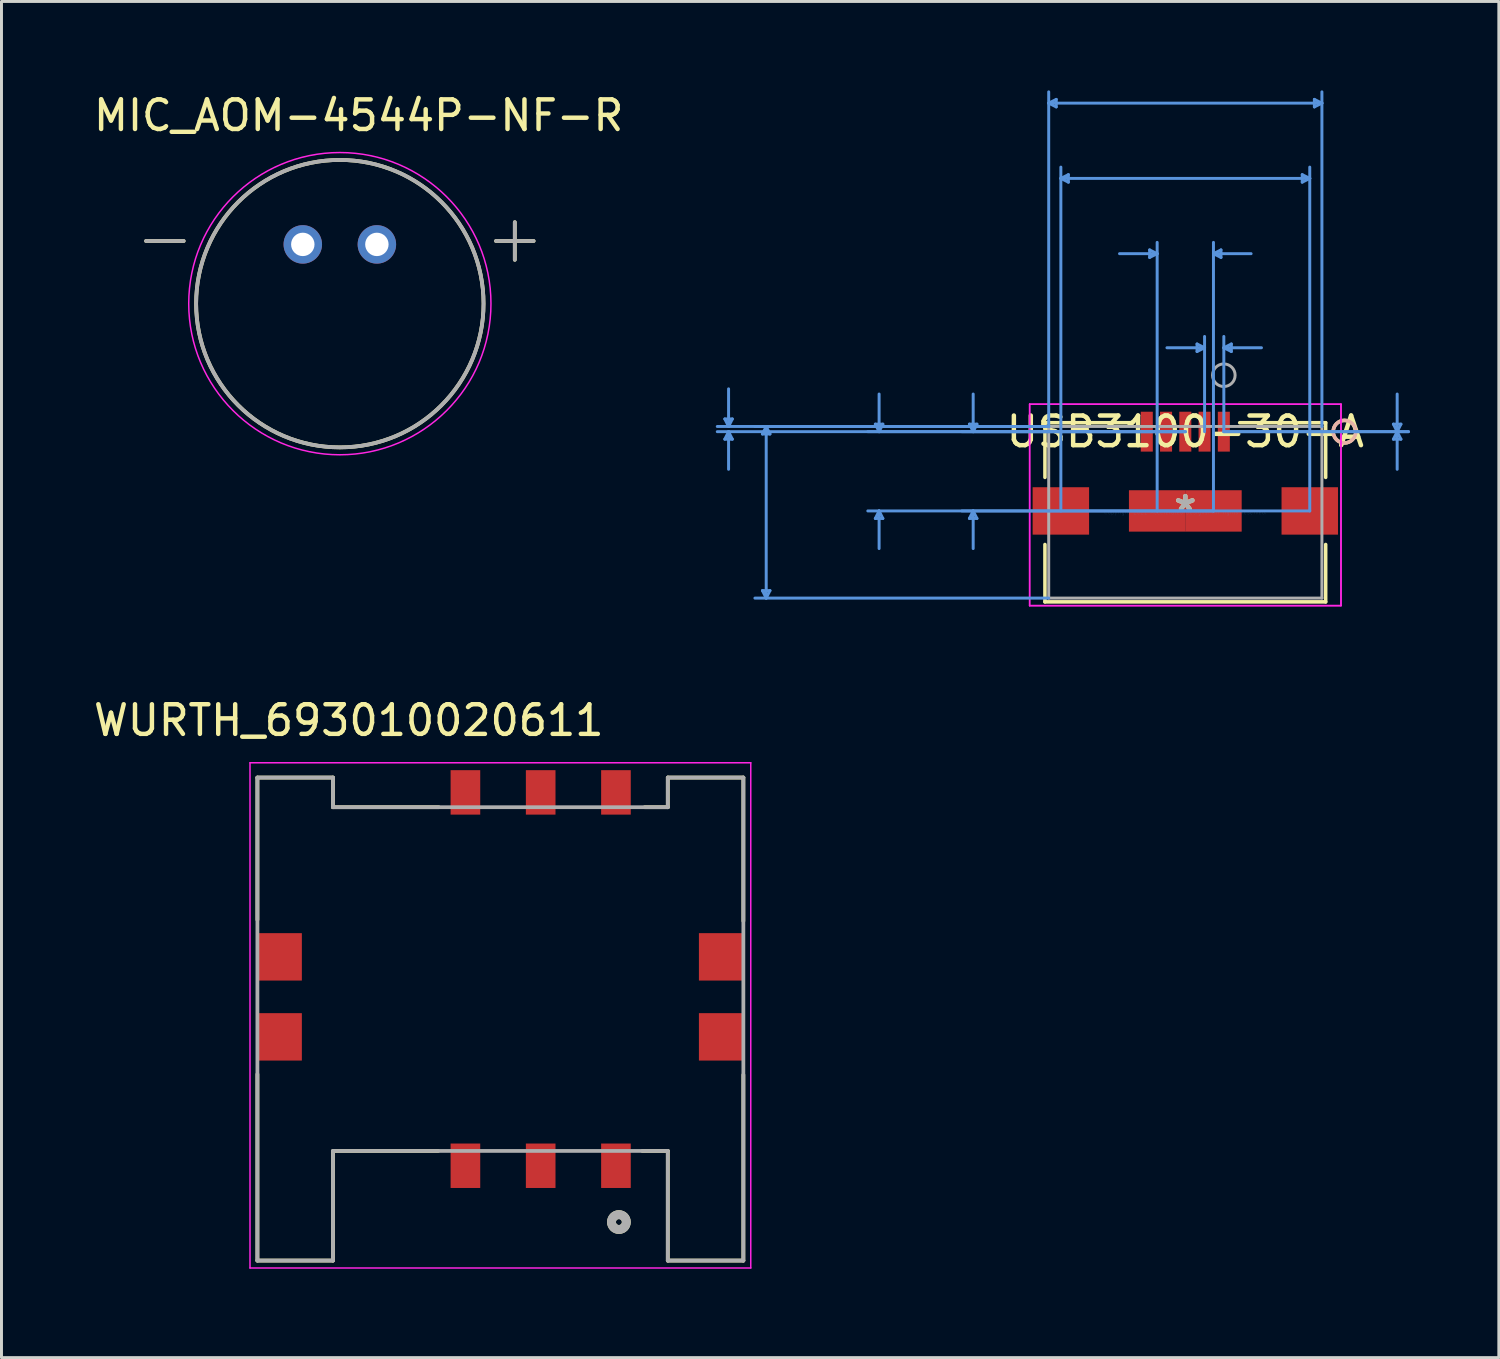
<source format=kicad_pcb>
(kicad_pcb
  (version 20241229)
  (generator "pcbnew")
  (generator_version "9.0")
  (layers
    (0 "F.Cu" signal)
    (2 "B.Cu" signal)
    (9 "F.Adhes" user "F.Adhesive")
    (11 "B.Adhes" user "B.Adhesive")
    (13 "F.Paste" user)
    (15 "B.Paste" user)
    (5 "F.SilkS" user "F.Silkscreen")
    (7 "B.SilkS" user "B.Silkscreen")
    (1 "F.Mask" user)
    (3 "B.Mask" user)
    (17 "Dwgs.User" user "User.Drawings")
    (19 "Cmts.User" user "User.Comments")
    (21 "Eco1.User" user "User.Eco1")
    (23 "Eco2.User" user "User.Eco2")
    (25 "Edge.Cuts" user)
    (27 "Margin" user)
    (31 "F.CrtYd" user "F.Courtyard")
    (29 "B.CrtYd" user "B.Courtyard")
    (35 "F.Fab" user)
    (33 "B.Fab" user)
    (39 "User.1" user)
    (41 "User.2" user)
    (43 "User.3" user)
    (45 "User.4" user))
  (footprint "MIC_AOM-4544P-NF-R"
    (layer "F.Cu")
    (at 8.419 7.198)
    (property "Reference" "MIC_AOM-4544P-NF-R" (at 0.635 -6.35 0) (layer "F.SilkS") (effects (font (size 1 1) (thickness 0.15))))
    (attr through_hole)
    (fp_line (start -6.54 -2.115) (end -5.27 -2.115) (stroke (width 0.127) (type solid)) (layer "F.SilkS"))
    (fp_line (start 5.27 -2.115) (end 6.54 -2.115) (stroke (width 0.127) (type solid)) (layer "F.SilkS"))
    (fp_line (start 5.905 -2.75) (end 5.905 -1.48) (stroke (width 0.127) (type solid)) (layer "F.SilkS"))
    (fp_circle (center 0 0) (end 4.85 0) (stroke (width 0.127) (type solid)) (fill no) (layer "F.SilkS"))
    (fp_circle (center 0 0) (end 5.1 0) (stroke (width 0.05) (type solid)) (fill no) (layer "F.CrtYd"))
    (fp_line (start -6.54 -2.115) (end -5.27 -2.115) (stroke (width 0.127) (type solid)) (layer "F.Fab"))
    (fp_line (start 5.27 -2.115) (end 6.54 -2.115) (stroke (width 0.127) (type solid)) (layer "F.Fab"))
    (fp_line (start 5.905 -2.75) (end 5.905 -1.48) (stroke (width 0.127) (type solid)) (layer "F.Fab"))
    (fp_circle (center 0 0) (end 4.85 0) (stroke (width 0.127) (type solid)) (fill no) (layer "F.Fab"))
    (pad "N" thru_hole circle (at -1.25 -2) (size 1.298 1.298) (drill 0.79) (layers "*.Cu" "*.Mask"))
    (pad "P" thru_hole circle (at 1.25 -2) (size 1.298 1.298) (drill 0.79) (layers "*.Cu" "*.Mask")))
  (footprint "USB3100-30-A"
    (layer "F.Cu")
    (at 36.952 14.239)
    (property "Reference" "USB3100-30-A" (at 0 -2.721 0) (layer "F.SilkS") (effects (font (size 1 1) (thickness 0.15))))
    (attr through_hole)
    (fp_line (start -4.737 -3.023) (end -4.737 -1.178) (stroke (width 0.12) (type solid)) (layer "F.SilkS"))
    (fp_line (start -4.737 1.087) (end -4.737 3.023) (stroke (width 0.12) (type solid)) (layer "F.SilkS"))
    (fp_line (start -4.737 3.023) (end 4.737 3.023) (stroke (width 0.12) (type solid)) (layer "F.SilkS"))
    (fp_line (start -1.836 -3.023) (end -4.737 -3.023) (stroke (width 0.12) (type solid)) (layer "F.SilkS"))
    (fp_line (start 4.737 -3.023) (end 1.836 -3.023) (stroke (width 0.12) (type solid)) (layer "F.SilkS"))
    (fp_line (start 4.737 -1.178) (end 4.737 -3.023) (stroke (width 0.12) (type solid)) (layer "F.SilkS"))
    (fp_line (start 4.737 3.023) (end 4.737 1.087) (stroke (width 0.12) (type solid)) (layer "F.SilkS"))
    (fp_circle (center 5.372 -2.721) (end 5.753 -2.721) (stroke (width 0.12) (type solid)) (fill no) (layer "F.SilkS"))
    (fp_circle (center 5.372 -2.721) (end 5.753 -2.721) (stroke (width 0.12) (type solid)) (fill no) (layer "B.SilkS"))
    (fp_line (start -15.541 -3.15) (end -15.287 -3.15) (stroke (width 0.1) (type solid)) (layer "Cmts.User"))
    (fp_line (start -15.541 -2.467) (end -15.287 -2.467) (stroke (width 0.1) (type solid)) (layer "Cmts.User"))
    (fp_line (start -15.414 -2.896) (end -15.541 -3.15) (stroke (width 0.1) (type solid)) (layer "Cmts.User"))
    (fp_line (start -15.414 -2.896) (end -15.414 -4.166) (stroke (width 0.1) (type solid)) (layer "Cmts.User"))
    (fp_line (start -15.414 -2.896) (end -15.287 -3.15) (stroke (width 0.1) (type solid)) (layer "Cmts.User"))
    (fp_line (start -15.414 -2.721) (end -15.541 -2.467) (stroke (width 0.1) (type solid)) (layer "Cmts.User"))
    (fp_line (start -15.414 -2.721) (end -15.414 -1.451) (stroke (width 0.1) (type solid)) (layer "Cmts.User"))
    (fp_line (start -15.414 -2.721) (end -15.287 -2.467) (stroke (width 0.1) (type solid)) (layer "Cmts.User"))
    (fp_line (start -14.271 -2.642) (end -14.017 -2.642) (stroke (width 0.1) (type solid)) (layer "Cmts.User"))
    (fp_line (start -14.271 2.642) (end -14.017 2.642) (stroke (width 0.1) (type solid)) (layer "Cmts.User"))
    (fp_line (start -14.144 -2.896) (end -14.271 -2.642) (stroke (width 0.1) (type solid)) (layer "Cmts.User"))
    (fp_line (start -14.144 -2.896) (end -14.144 2.896) (stroke (width 0.1) (type solid)) (layer "Cmts.User"))
    (fp_line (start -14.144 -2.896) (end -14.017 -2.642) (stroke (width 0.1) (type solid)) (layer "Cmts.User"))
    (fp_line (start -14.144 2.896) (end -14.271 2.642) (stroke (width 0.1) (type solid)) (layer "Cmts.User"))
    (fp_line (start -14.144 2.896) (end -14.017 2.642) (stroke (width 0.1) (type solid)) (layer "Cmts.User"))
    (fp_line (start -10.461 -2.975) (end -10.207 -2.975) (stroke (width 0.1) (type solid)) (layer "Cmts.User"))
    (fp_line (start -10.461 0.208) (end -10.207 0.208) (stroke (width 0.1) (type solid)) (layer "Cmts.User"))
    (fp_line (start -10.334 -2.721) (end -10.461 -2.975) (stroke (width 0.1) (type solid)) (layer "Cmts.User"))
    (fp_line (start -10.334 -2.721) (end -10.334 -3.991) (stroke (width 0.1) (type solid)) (layer "Cmts.User"))
    (fp_line (start -10.334 -2.721) (end -10.207 -2.975) (stroke (width 0.1) (type solid)) (layer "Cmts.User"))
    (fp_line (start -10.334 -0.046) (end -10.461 0.208) (stroke (width 0.1) (type solid)) (layer "Cmts.User"))
    (fp_line (start -10.334 -0.046) (end -10.334 1.224) (stroke (width 0.1) (type solid)) (layer "Cmts.User"))
    (fp_line (start -10.334 -0.046) (end -10.207 0.208) (stroke (width 0.1) (type solid)) (layer "Cmts.User"))
    (fp_line (start -7.286 -2.975) (end -7.032 -2.975) (stroke (width 0.1) (type solid)) (layer "Cmts.User"))
    (fp_line (start -7.286 0.208) (end -7.032 0.208) (stroke (width 0.1) (type solid)) (layer "Cmts.User"))
    (fp_line (start -7.159 -2.721) (end -7.286 -2.975) (stroke (width 0.1) (type solid)) (layer "Cmts.User"))
    (fp_line (start -7.159 -2.721) (end -7.159 -3.991) (stroke (width 0.1) (type solid)) (layer "Cmts.User"))
    (fp_line (start -7.159 -2.721) (end -7.032 -2.975) (stroke (width 0.1) (type solid)) (layer "Cmts.User"))
    (fp_line (start -7.159 -0.046) (end -7.286 0.208) (stroke (width 0.1) (type solid)) (layer "Cmts.User"))
    (fp_line (start -7.159 -0.046) (end -7.159 1.224) (stroke (width 0.1) (type solid)) (layer "Cmts.User"))
    (fp_line (start -7.159 -0.046) (end -7.032 0.208) (stroke (width 0.1) (type solid)) (layer "Cmts.User"))
    (fp_line (start -4.61 -13.808) (end -4.356 -13.935) (stroke (width 0.1) (type solid)) (layer "Cmts.User"))
    (fp_line (start -4.61 -13.808) (end -4.356 -13.681) (stroke (width 0.1) (type solid)) (layer "Cmts.User"))
    (fp_line (start -4.61 -13.808) (end 4.61 -13.808) (stroke (width 0.1) (type solid)) (layer "Cmts.User"))
    (fp_line (start -4.61 -2.896) (end -15.795 -2.896) (stroke (width 0.1) (type solid)) (layer "Cmts.User"))
    (fp_line (start -4.61 -2.896) (end -14.525 -2.896) (stroke (width 0.1) (type solid)) (layer "Cmts.User"))
    (fp_line (start -4.61 -2.896) (end -4.61 -14.189) (stroke (width 0.1) (type solid)) (layer "Cmts.User"))
    (fp_line (start -4.61 2.896) (end -14.525 2.896) (stroke (width 0.1) (type solid)) (layer "Cmts.User"))
    (fp_line (start -4.356 -13.935) (end -4.356 -13.681) (stroke (width 0.1) (type solid)) (layer "Cmts.User"))
    (fp_line (start -4.2 -11.268) (end -3.946 -11.395) (stroke (width 0.1) (type solid)) (layer "Cmts.User"))
    (fp_line (start -4.2 -11.268) (end -3.946 -11.141) (stroke (width 0.1) (type solid)) (layer "Cmts.User"))
    (fp_line (start -4.2 -11.268) (end 4.2 -11.268) (stroke (width 0.1) (type solid)) (layer "Cmts.User"))
    (fp_line (start -4.2 -0.046) (end -4.2 -11.649) (stroke (width 0.1) (type solid)) (layer "Cmts.User"))
    (fp_line (start -3.946 -11.395) (end -3.946 -11.141) (stroke (width 0.1) (type solid)) (layer "Cmts.User"))
    (fp_line (start -1.204 -8.855) (end -1.204 -8.601) (stroke (width 0.1) (type solid)) (layer "Cmts.User"))
    (fp_line (start -0.95 -8.728) (end -2.22 -8.728) (stroke (width 0.1) (type solid)) (layer "Cmts.User"))
    (fp_line (start -0.95 -8.728) (end -1.204 -8.855) (stroke (width 0.1) (type solid)) (layer "Cmts.User"))
    (fp_line (start -0.95 -8.728) (end -1.204 -8.601) (stroke (width 0.1) (type solid)) (layer "Cmts.User"))
    (fp_line (start -0.95 -0.046) (end -0.95 -9.109) (stroke (width 0.1) (type solid)) (layer "Cmts.User"))
    (fp_line (start 0 -2.721) (end -15.795 -2.721) (stroke (width 0.1) (type solid)) (layer "Cmts.User"))
    (fp_line (start 0 -2.721) (end -10.715 -2.721) (stroke (width 0.1) (type solid)) (layer "Cmts.User"))
    (fp_line (start 0 -2.721) (end -7.54 -2.721) (stroke (width 0.1) (type solid)) (layer "Cmts.User"))
    (fp_line (start 0.396 -5.68) (end 0.396 -5.426) (stroke (width 0.1) (type solid)) (layer "Cmts.User"))
    (fp_line (start 0.65 -5.553) (end -0.62 -5.553) (stroke (width 0.1) (type solid)) (layer "Cmts.User"))
    (fp_line (start 0.65 -5.553) (end 0.396 -5.68) (stroke (width 0.1) (type solid)) (layer "Cmts.User"))
    (fp_line (start 0.65 -5.553) (end 0.396 -5.426) (stroke (width 0.1) (type solid)) (layer "Cmts.User"))
    (fp_line (start 0.65 -2.721) (end 0.65 -5.934) (stroke (width 0.1) (type solid)) (layer "Cmts.User"))
    (fp_line (start 0.95 -8.728) (end 1.204 -8.855) (stroke (width 0.1) (type solid)) (layer "Cmts.User"))
    (fp_line (start 0.95 -8.728) (end 1.204 -8.601) (stroke (width 0.1) (type solid)) (layer "Cmts.User"))
    (fp_line (start 0.95 -8.728) (end 2.22 -8.728) (stroke (width 0.1) (type solid)) (layer "Cmts.User"))
    (fp_line (start 0.95 -0.046) (end -10.715 -0.046) (stroke (width 0.1) (type solid)) (layer "Cmts.User"))
    (fp_line (start 0.95 -0.046) (end 0.95 -9.109) (stroke (width 0.1) (type solid)) (layer "Cmts.User"))
    (fp_line (start 1.204 -8.855) (end 1.204 -8.601) (stroke (width 0.1) (type solid)) (layer "Cmts.User"))
    (fp_line (start 1.3 -5.553) (end 1.554 -5.68) (stroke (width 0.1) (type solid)) (layer "Cmts.User"))
    (fp_line (start 1.3 -5.553) (end 1.554 -5.426) (stroke (width 0.1) (type solid)) (layer "Cmts.User"))
    (fp_line (start 1.3 -5.553) (end 2.57 -5.553) (stroke (width 0.1) (type solid)) (layer "Cmts.User"))
    (fp_line (start 1.3 -2.721) (end 1.3 -5.934) (stroke (width 0.1) (type solid)) (layer "Cmts.User"))
    (fp_line (start 1.3 -2.721) (end 7.531 -2.721) (stroke (width 0.1) (type solid)) (layer "Cmts.User"))
    (fp_line (start 1.3 -2.721) (end 7.531 -2.721) (stroke (width 0.1) (type solid)) (layer "Cmts.User"))
    (fp_line (start 1.554 -5.68) (end 1.554 -5.426) (stroke (width 0.1) (type solid)) (layer "Cmts.User"))
    (fp_line (start 3.946 -11.395) (end 3.946 -11.141) (stroke (width 0.1) (type solid)) (layer "Cmts.User"))
    (fp_line (start 4.2 -11.268) (end 3.946 -11.395) (stroke (width 0.1) (type solid)) (layer "Cmts.User"))
    (fp_line (start 4.2 -11.268) (end 3.946 -11.141) (stroke (width 0.1) (type solid)) (layer "Cmts.User"))
    (fp_line (start 4.2 -0.046) (end -7.54 -0.046) (stroke (width 0.1) (type solid)) (layer "Cmts.User"))
    (fp_line (start 4.2 -0.046) (end 4.2 -11.649) (stroke (width 0.1) (type solid)) (layer "Cmts.User"))
    (fp_line (start 4.356 -13.935) (end 4.356 -13.681) (stroke (width 0.1) (type solid)) (layer "Cmts.User"))
    (fp_line (start 4.61 -13.808) (end 4.356 -13.935) (stroke (width 0.1) (type solid)) (layer "Cmts.User"))
    (fp_line (start 4.61 -13.808) (end 4.356 -13.681) (stroke (width 0.1) (type solid)) (layer "Cmts.User"))
    (fp_line (start 4.61 -2.896) (end 4.61 -14.189) (stroke (width 0.1) (type solid)) (layer "Cmts.User"))
    (fp_line (start 7.023 -2.975) (end 7.277 -2.975) (stroke (width 0.1) (type solid)) (layer "Cmts.User"))
    (fp_line (start 7.023 -2.467) (end 7.277 -2.467) (stroke (width 0.1) (type solid)) (layer "Cmts.User"))
    (fp_line (start 7.15 -2.721) (end 7.023 -2.975) (stroke (width 0.1) (type solid)) (layer "Cmts.User"))
    (fp_line (start 7.15 -2.721) (end 7.023 -2.467) (stroke (width 0.1) (type solid)) (layer "Cmts.User"))
    (fp_line (start 7.15 -2.721) (end 7.15 -3.991) (stroke (width 0.1) (type solid)) (layer "Cmts.User"))
    (fp_line (start 7.15 -2.721) (end 7.15 -1.451) (stroke (width 0.1) (type solid)) (layer "Cmts.User"))
    (fp_line (start 7.15 -2.721) (end 7.277 -2.975) (stroke (width 0.1) (type solid)) (layer "Cmts.User"))
    (fp_line (start 7.15 -2.721) (end 7.277 -2.467) (stroke (width 0.1) (type solid)) (layer "Cmts.User"))
    (fp_line (start -5.254 -3.648) (end -5.254 3.15) (stroke (width 0.05) (type solid)) (layer "F.CrtYd"))
    (fp_line (start -5.254 -3.648) (end -5.254 3.15) (stroke (width 0.05) (type solid)) (layer "F.CrtYd"))
    (fp_line (start -5.254 3.15) (end 5.254 3.15) (stroke (width 0.05) (type solid)) (layer "F.CrtYd"))
    (fp_line (start -5.254 3.15) (end 5.254 3.15) (stroke (width 0.05) (type solid)) (layer "F.CrtYd"))
    (fp_line (start 5.254 -3.648) (end -5.254 -3.648) (stroke (width 0.05) (type solid)) (layer "F.CrtYd"))
    (fp_line (start 5.254 -3.648) (end -5.254 -3.648) (stroke (width 0.05) (type solid)) (layer "F.CrtYd"))
    (fp_line (start 5.254 3.15) (end 5.254 -3.648) (stroke (width 0.05) (type solid)) (layer "F.CrtYd"))
    (fp_line (start 5.254 3.15) (end 5.254 -3.648) (stroke (width 0.05) (type solid)) (layer "F.CrtYd"))
    (fp_line (start -4.61 -2.896) (end -4.61 2.896) (stroke (width 0.1) (type solid)) (layer "F.Fab"))
    (fp_line (start -4.61 2.896) (end 4.61 2.896) (stroke (width 0.1) (type solid)) (layer "F.Fab"))
    (fp_line (start 4.61 -2.896) (end -4.61 -2.896) (stroke (width 0.1) (type solid)) (layer "F.Fab"))
    (fp_line (start 4.61 2.896) (end 4.61 -2.896) (stroke (width 0.1) (type solid)) (layer "F.Fab"))
    (fp_circle (center 1.3 -4.626) (end 1.681 -4.626) (stroke (width 0.1) (type solid)) (fill no) (layer "F.Fab"))
    (fp_text user "*" (at 0 0 0) (layer "F.SilkS") (effects (font (size 1 1) (thickness 0.15))))
    (fp_text user "Copyright 2021 Accelerated Designs. All rights reserved." (at 0 0 0) (layer "Cmts.User") (effects (font (size 0.127 0.127) (thickness 0.002))))
    (fp_text user "*" (at 0 0 0) (layer "F.Fab") (effects (font (size 1 1) (thickness 0.15))))
    (pad "1" smd rect (at 1.3 -2.721) (size 0.406 1.346) (layers "F.Cu" "F.Mask" "F.Paste"))
    (pad "2" smd rect (at 0.65 -2.721) (size 0.406 1.346) (layers "F.Cu" "F.Mask" "F.Paste"))
    (pad "3" smd rect (at 0 -2.721) (size 0.406 1.346) (layers "F.Cu" "F.Mask" "F.Paste"))
    (pad "4" smd rect (at -0.65 -2.721) (size 0.406 1.346) (layers "F.Cu" "F.Mask" "F.Paste"))
    (pad "5" smd rect (at -1.3 -2.721) (size 0.406 1.346) (layers "F.Cu" "F.Mask" "F.Paste"))
    (pad "6" smd rect (at -4.2 -0.046 90) (size 1.6 1.905) (layers "F.Cu" "F.Mask" "F.Paste"))
    (pad "7" smd rect (at 4.2 -0.046 90) (size 1.6 1.905) (layers "F.Cu" "F.Mask" "F.Paste"))
    (pad "8" smd rect (at -0.95 -0.046 90) (size 1.397 1.905) (layers "F.Cu" "F.Mask" "F.Paste"))
    (pad "9" smd rect (at 0.95 -0.046 90) (size 1.397 1.905) (layers "F.Cu" "F.Mask" "F.Paste")))
  (footprint "WURTH_693010020611"
    (layer "F.Cu")
    (at 13.837 29.992)
    (property "Reference" "WURTH_693010020611" (at -5.117 -8.73 0) (layer "F.SilkS") (effects (font (size 1 1) (thickness 0.15))))
    (attr through_hole)
    (fp_line (start -8.2 -6.8) (end -5.65 -6.8) (stroke (width 0.127) (type solid)) (layer "F.SilkS"))
    (fp_line (start -8.2 -2) (end -8.2 -6.8) (stroke (width 0.127) (type solid)) (layer "F.SilkS"))
    (fp_line (start -8.2 3.21) (end -8.2 9.5) (stroke (width 0.127) (type solid)) (layer "F.SilkS"))
    (fp_line (start -8.2 9.5) (end -5.65 9.5) (stroke (width 0.127) (type solid)) (layer "F.SilkS"))
    (fp_line (start -5.65 -6.8) (end -5.65 -5.8) (stroke (width 0.127) (type solid)) (layer "F.SilkS"))
    (fp_line (start -5.65 5.8) (end -5.65 9.5) (stroke (width 0.127) (type solid)) (layer "F.SilkS"))
    (fp_line (start -2.1 5.8) (end -5.63 5.8) (stroke (width 0.127) (type solid)) (layer "F.SilkS"))
    (fp_line (start -2.08 -5.8) (end -5.65 -5.8) (stroke (width 0.127) (type solid)) (layer "F.SilkS"))
    (fp_line (start 4.79 5.8) (end 5.65 5.8) (stroke (width 0.127) (type solid)) (layer "F.SilkS"))
    (fp_line (start 4.87 -5.8) (end 5.65 -5.8) (stroke (width 0.127) (type solid)) (layer "F.SilkS"))
    (fp_line (start 5.65 -5.8) (end 5.65 -6.8) (stroke (width 0.127) (type solid)) (layer "F.SilkS"))
    (fp_line (start 5.65 9.5) (end 5.65 5.8) (stroke (width 0.127) (type solid)) (layer "F.SilkS"))
    (fp_line (start 8.2 -6.8) (end 5.65 -6.8) (stroke (width 0.127) (type solid)) (layer "F.SilkS"))
    (fp_line (start 8.2 -1.96) (end 8.2 -6.8) (stroke (width 0.127) (type solid)) (layer "F.SilkS"))
    (fp_line (start 8.2 3.23) (end 8.2 9.5) (stroke (width 0.127) (type solid)) (layer "F.SilkS"))
    (fp_line (start 8.2 9.5) (end 5.65 9.5) (stroke (width 0.127) (type solid)) (layer "F.SilkS"))
    (fp_circle (center 4 8.2) (end 4.1 8.2) (stroke (width 0.3) (type solid)) (fill no) (layer "F.SilkS"))
    (fp_line (start -8.45 -7.3) (end 8.45 -7.3) (stroke (width 0.05) (type solid)) (layer "F.CrtYd"))
    (fp_line (start -8.45 9.75) (end -8.45 -7.3) (stroke (width 0.05) (type solid)) (layer "F.CrtYd"))
    (fp_line (start 8.45 -7.3) (end 8.45 9.75) (stroke (width 0.05) (type solid)) (layer "F.CrtYd"))
    (fp_line (start 8.45 9.75) (end -8.45 9.75) (stroke (width 0.05) (type solid)) (layer "F.CrtYd"))
    (fp_line (start -8.2 -6.8) (end -8.2 9.5) (stroke (width 0.127) (type solid)) (layer "F.Fab"))
    (fp_line (start -8.2 -6.8) (end -5.65 -6.8) (stroke (width 0.127) (type solid)) (layer "F.Fab"))
    (fp_line (start -8.2 9.5) (end -5.65 9.5) (stroke (width 0.127) (type solid)) (layer "F.Fab"))
    (fp_line (start -5.65 -6.8) (end -5.65 -5.8) (stroke (width 0.127) (type solid)) (layer "F.Fab"))
    (fp_line (start -5.65 -5.8) (end 5.65 -5.8) (stroke (width 0.127) (type solid)) (layer "F.Fab"))
    (fp_line (start -5.65 9.5) (end -5.65 5.8) (stroke (width 0.127) (type solid)) (layer "F.Fab"))
    (fp_line (start 5.65 -6.8) (end 5.65 -5.8) (stroke (width 0.127) (type solid)) (layer "F.Fab"))
    (fp_line (start 5.65 5.8) (end -5.65 5.8) (stroke (width 0.127) (type solid)) (layer "F.Fab"))
    (fp_line (start 5.65 9.5) (end 5.65 5.8) (stroke (width 0.127) (type solid)) (layer "F.Fab"))
    (fp_line (start 8.2 -6.8) (end 5.65 -6.8) (stroke (width 0.127) (type solid)) (layer "F.Fab"))
    (fp_line (start 8.2 9.5) (end 5.65 9.5) (stroke (width 0.127) (type solid)) (layer "F.Fab"))
    (fp_line (start 8.2 9.5) (end 8.2 -6.8) (stroke (width 0.127) (type solid)) (layer "F.Fab"))
    (fp_circle (center 4 8.2) (end 4.1 8.2) (stroke (width 0.3) (type solid)) (fill no) (layer "F.Fab"))
    (pad "1" smd rect (at 3.9 6.3) (size 1 1.5) (layers "F.Cu" "F.Mask" "F.Paste"))
    (pad "2" smd rect (at 1.36 6.3) (size 1 1.5) (layers "F.Cu" "F.Mask" "F.Paste"))
    (pad "3" smd rect (at -1.18 6.3) (size 1 1.5) (layers "F.Cu" "F.Mask" "F.Paste"))
    (pad "4" smd rect (at 3.9 -6.3) (size 1 1.5) (layers "F.Cu" "F.Mask" "F.Paste"))
    (pad "5" smd rect (at 1.36 -6.3) (size 1 1.5) (layers "F.Cu" "F.Mask" "F.Paste"))
    (pad "6" smd rect (at -1.18 -6.3) (size 1 1.5) (layers "F.Cu" "F.Mask" "F.Paste"))
    (pad "S1" smd rect (at -7.45 -0.75) (size 1.5 1.6) (layers "F.Cu" "F.Mask" "F.Paste"))
    (pad "S2" smd rect (at -7.45 1.95) (size 1.5 1.6) (layers "F.Cu" "F.Mask" "F.Paste"))
    (pad "S3" smd rect (at 7.45 -0.75) (size 1.5 1.6) (layers "F.Cu" "F.Mask" "F.Paste"))
    (pad "S4" smd rect (at 7.45 1.95) (size 1.5 1.6) (layers "F.Cu" "F.Mask" "F.Paste"))
    (zone (net_name "") (layer "F.Cu") (hatch full 0.508) (connect_pads) (min_thickness 0.127) (filled_areas_thickness no) (keepout (tracks not_allowed) (vias not_allowed) (pads not_allowed) (copperpour not_allowed) (footprints allowed)) (placement (enabled no)) (fill) (polygon (pts (xy 12.157 24.992) (xy 13.157 24.992) (xy 13.157 26.192) (xy 12.157 26.192))))
    (zone (net_name "") (layer "F.Cu") (hatch full 0.508) (connect_pads) (min_thickness 0.127) (filled_areas_thickness no) (keepout (tracks not_allowed) (vias not_allowed) (pads not_allowed) (copperpour not_allowed) (footprints allowed)) (placement (enabled no)) (fill) (polygon (pts (xy 12.157 33.792) (xy 13.157 33.792) (xy 13.157 34.992) (xy 12.157 34.992))))
    (zone (net_name "") (layer "F.Cu") (hatch full 0.508) (connect_pads) (min_thickness 0.127) (filled_areas_thickness no) (keepout (tracks not_allowed) (vias not_allowed) (pads not_allowed) (copperpour not_allowed) (footprints allowed)) (placement (enabled no)) (fill) (polygon (pts (xy 14.697 24.992) (xy 15.697 24.992) (xy 15.697 26.192) (xy 14.697 26.192))))
    (zone (net_name "") (layer "F.Cu") (hatch full 0.508) (connect_pads) (min_thickness 0.127) (filled_areas_thickness no) (keepout (tracks not_allowed) (vias not_allowed) (pads not_allowed) (copperpour not_allowed) (footprints allowed)) (placement (enabled no)) (fill) (polygon (pts (xy 14.697 33.792) (xy 15.697 33.792) (xy 15.697 34.992) (xy 14.697 34.992))))
    (zone (net_name "") (layer "F.Cu") (hatch full 0.508) (connect_pads) (min_thickness 0.127) (filled_areas_thickness no) (keepout (tracks not_allowed) (vias not_allowed) (pads not_allowed) (copperpour not_allowed) (footprints allowed)) (placement (enabled no)) (fill) (polygon (pts (xy 17.237 24.992) (xy 18.237 24.992) (xy 18.237 26.192) (xy 17.237 26.192))))
    (zone (net_name "") (layer "F.Cu") (hatch full 0.508) (connect_pads) (min_thickness 0.127) (filled_areas_thickness no) (keepout (tracks not_allowed) (vias not_allowed) (pads not_allowed) (copperpour not_allowed) (footprints allowed)) (placement (enabled no)) (fill) (polygon (pts (xy 17.237 33.792) (xy 18.237 33.792) (xy 18.237 34.992) (xy 17.237 34.992)))))
  (gr_rect
    (start -3 -3)
    (end 47.533 42.767)
    (stroke (width 0.1) (type default))
    (fill no)
    (layer "Edge.Cuts")))
</source>
